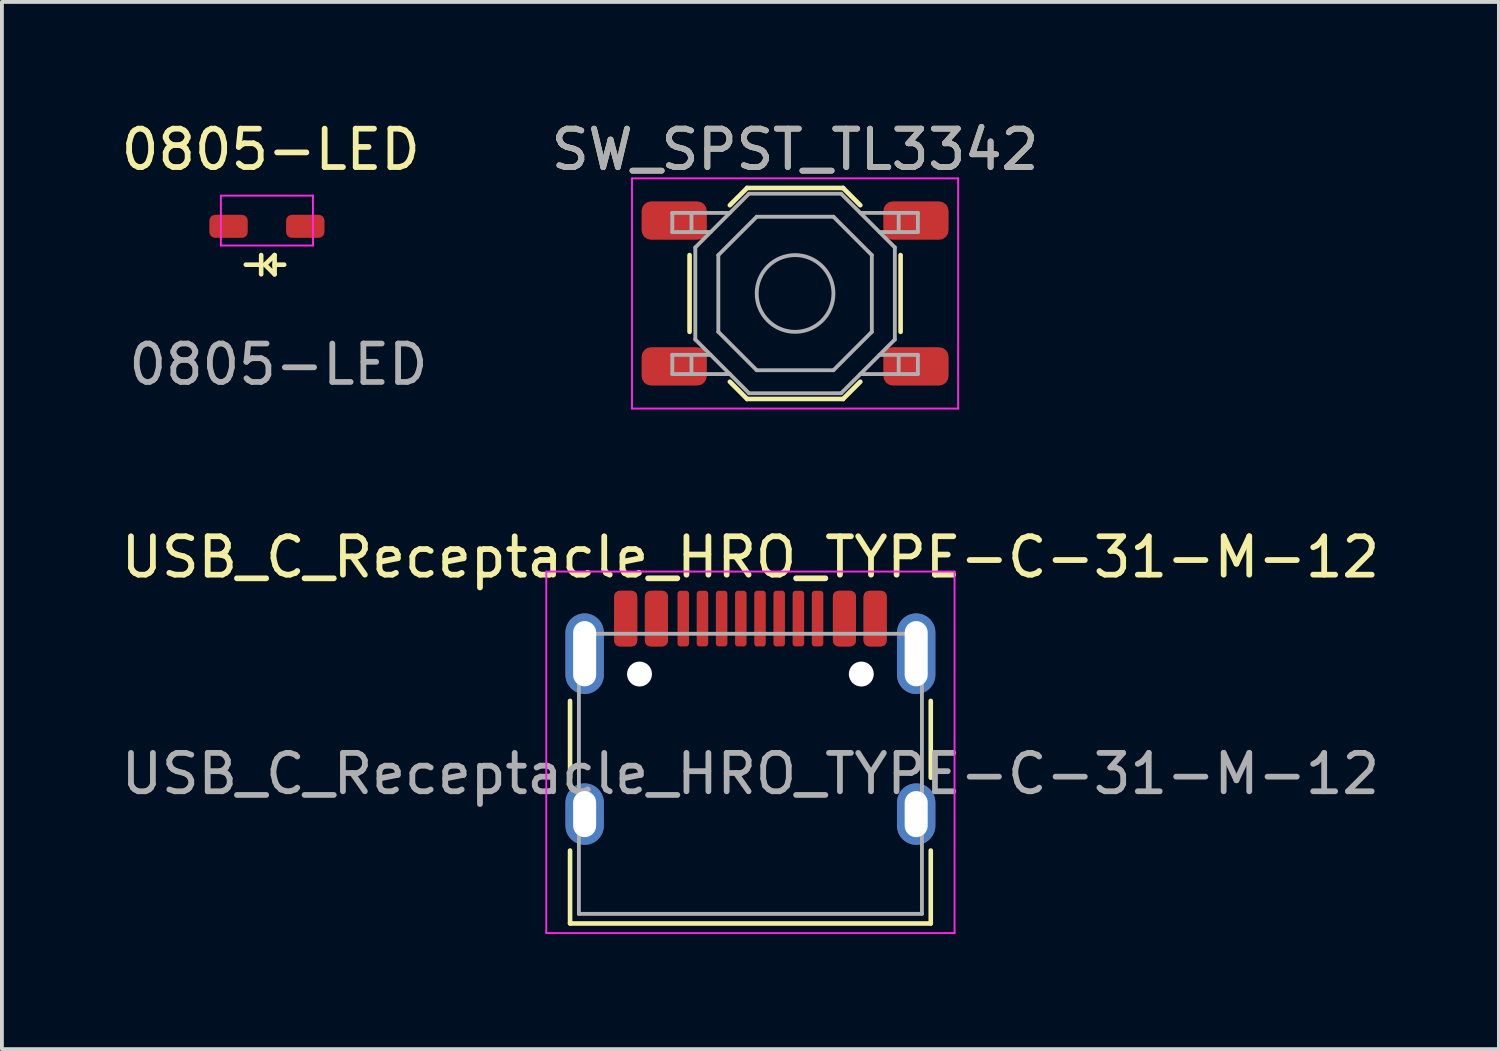
<source format=kicad_pcb>
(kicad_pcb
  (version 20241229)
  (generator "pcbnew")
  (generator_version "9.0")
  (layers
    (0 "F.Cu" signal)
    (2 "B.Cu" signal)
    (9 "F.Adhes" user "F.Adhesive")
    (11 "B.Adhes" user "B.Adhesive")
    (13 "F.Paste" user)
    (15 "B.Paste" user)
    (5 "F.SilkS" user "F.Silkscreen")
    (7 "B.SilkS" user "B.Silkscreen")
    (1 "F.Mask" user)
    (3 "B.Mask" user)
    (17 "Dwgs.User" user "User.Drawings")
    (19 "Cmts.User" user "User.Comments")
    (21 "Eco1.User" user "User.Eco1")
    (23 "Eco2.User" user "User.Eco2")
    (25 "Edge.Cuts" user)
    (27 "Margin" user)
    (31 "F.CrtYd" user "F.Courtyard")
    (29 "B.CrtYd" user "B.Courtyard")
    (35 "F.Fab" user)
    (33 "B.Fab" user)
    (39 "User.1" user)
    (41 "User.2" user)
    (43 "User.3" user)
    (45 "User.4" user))
  (footprint "SW_SPST_TL3342"
    (layer "F.Cu")
    (at 17.67 4.598)
    (property "Reference" "SW_SPST_TL3342" (at 0 -3.75 0) (layer "F.SilkS") (effects (font (size 1 1) (thickness 0.15))))
    (attr smd)
    (fp_line (start -2.75 -1) (end -2.75 1) (stroke (width 0.12) (type solid)) (layer "F.SilkS"))
    (fp_line (start -1.7 -2.3) (end -1.25 -2.75) (stroke (width 0.12) (type solid)) (layer "F.SilkS"))
    (fp_line (start -1.7 2.3) (end -1.25 2.75) (stroke (width 0.12) (type solid)) (layer "F.SilkS"))
    (fp_line (start -1.25 -2.75) (end 1.25 -2.75) (stroke (width 0.12) (type solid)) (layer "F.SilkS"))
    (fp_line (start -1.25 2.75) (end 1.25 2.75) (stroke (width 0.12) (type solid)) (layer "F.SilkS"))
    (fp_line (start 1.7 -2.3) (end 1.25 -2.75) (stroke (width 0.12) (type solid)) (layer "F.SilkS"))
    (fp_line (start 1.7 2.3) (end 1.25 2.75) (stroke (width 0.12) (type solid)) (layer "F.SilkS"))
    (fp_line (start 2.75 -1) (end 2.75 1) (stroke (width 0.12) (type solid)) (layer "F.SilkS"))
    (fp_line (start -4.25 -3) (end 4.25 -3) (stroke (width 0.05) (type solid)) (layer "F.CrtYd"))
    (fp_line (start -4.25 3) (end -4.25 -3) (stroke (width 0.05) (type solid)) (layer "F.CrtYd"))
    (fp_line (start 4.25 -3) (end 4.25 3) (stroke (width 0.05) (type solid)) (layer "F.CrtYd"))
    (fp_line (start 4.25 3) (end -4.25 3) (stroke (width 0.05) (type solid)) (layer "F.CrtYd"))
    (fp_line (start -3.2 -2.1) (end -3.2 -1.6) (stroke (width 0.1) (type solid)) (layer "F.Fab"))
    (fp_line (start -3.2 -1.6) (end -2.2 -1.6) (stroke (width 0.1) (type solid)) (layer "F.Fab"))
    (fp_line (start -3.2 1.6) (end -2.2 1.6) (stroke (width 0.1) (type solid)) (layer "F.Fab"))
    (fp_line (start -3.2 2.1) (end -3.2 1.6) (stroke (width 0.1) (type solid)) (layer "F.Fab"))
    (fp_line (start -2.7 -2.1) (end -2.7 -1.6) (stroke (width 0.1) (type solid)) (layer "F.Fab"))
    (fp_line (start -2.7 2.1) (end -2.7 1.6) (stroke (width 0.1) (type solid)) (layer "F.Fab"))
    (fp_line (start -2.6 -1.2) (end -2.6 1.2) (stroke (width 0.1) (type solid)) (layer "F.Fab"))
    (fp_line (start -2.6 1.2) (end -1.2 2.6) (stroke (width 0.1) (type solid)) (layer "F.Fab"))
    (fp_line (start -2 -1) (end -1 -2) (stroke (width 0.1) (type solid)) (layer "F.Fab"))
    (fp_line (start -2 1) (end -2 -1) (stroke (width 0.1) (type solid)) (layer "F.Fab"))
    (fp_line (start -1.7 -2.1) (end -3.2 -2.1) (stroke (width 0.1) (type solid)) (layer "F.Fab"))
    (fp_line (start -1.7 2.1) (end -3.2 2.1) (stroke (width 0.1) (type solid)) (layer "F.Fab"))
    (fp_line (start -1.2 -2.6) (end -2.6 -1.2) (stroke (width 0.1) (type solid)) (layer "F.Fab"))
    (fp_line (start -1.2 2.6) (end 1.2 2.6) (stroke (width 0.1) (type solid)) (layer "F.Fab"))
    (fp_line (start -1 -2) (end 1 -2) (stroke (width 0.1) (type solid)) (layer "F.Fab"))
    (fp_line (start -1 2) (end -2 1) (stroke (width 0.1) (type solid)) (layer "F.Fab"))
    (fp_line (start 1 -2) (end 2 -1) (stroke (width 0.1) (type solid)) (layer "F.Fab"))
    (fp_line (start 1 2) (end -1 2) (stroke (width 0.1) (type solid)) (layer "F.Fab"))
    (fp_line (start 1.2 -2.6) (end -1.2 -2.6) (stroke (width 0.1) (type solid)) (layer "F.Fab"))
    (fp_line (start 1.2 2.6) (end 2.6 1.2) (stroke (width 0.1) (type solid)) (layer "F.Fab"))
    (fp_line (start 1.7 -2.1) (end 3.2 -2.1) (stroke (width 0.1) (type solid)) (layer "F.Fab"))
    (fp_line (start 1.7 2.1) (end 3.2 2.1) (stroke (width 0.1) (type solid)) (layer "F.Fab"))
    (fp_line (start 2 -1) (end 2 1) (stroke (width 0.1) (type solid)) (layer "F.Fab"))
    (fp_line (start 2 1) (end 1 2) (stroke (width 0.1) (type solid)) (layer "F.Fab"))
    (fp_line (start 2.6 -1.2) (end 1.2 -2.6) (stroke (width 0.1) (type solid)) (layer "F.Fab"))
    (fp_line (start 2.6 1.2) (end 2.6 -1.2) (stroke (width 0.1) (type solid)) (layer "F.Fab"))
    (fp_line (start 2.7 -2.1) (end 2.7 -1.6) (stroke (width 0.1) (type solid)) (layer "F.Fab"))
    (fp_line (start 2.7 2.1) (end 2.7 1.6) (stroke (width 0.1) (type solid)) (layer "F.Fab"))
    (fp_line (start 3.2 -2.1) (end 3.2 -1.6) (stroke (width 0.1) (type solid)) (layer "F.Fab"))
    (fp_line (start 3.2 -1.6) (end 2.2 -1.6) (stroke (width 0.1) (type solid)) (layer "F.Fab"))
    (fp_line (start 3.2 1.6) (end 2.2 1.6) (stroke (width 0.1) (type solid)) (layer "F.Fab"))
    (fp_line (start 3.2 2.1) (end 3.2 1.6) (stroke (width 0.1) (type solid)) (layer "F.Fab"))
    (fp_circle (center 0 0) (end 1 0) (stroke (width 0.1) (type solid)) (fill no) (layer "F.Fab"))
    (fp_text user "${REFERENCE}" (at 0 -3.75 0) (layer "F.Fab") (effects (font (size 1 1) (thickness 0.15))))
    (pad "1" smd roundrect (at -3.15 -1.9) (size 1.7 1) (layers "F.Cu" "F.Mask" "F.Paste") (roundrect_rratio 0.25))
    (pad "1" smd roundrect (at 3.15 -1.9) (size 1.7 1) (layers "F.Cu" "F.Mask" "F.Paste") (roundrect_rratio 0.25))
    (pad "2" smd roundrect (at -3.15 1.9) (size 1.7 1) (layers "F.Cu" "F.Mask" "F.Paste") (roundrect_rratio 0.25))
    (pad "2" smd roundrect (at 3.15 1.9) (size 1.7 1) (layers "F.Cu" "F.Mask" "F.Paste") (roundrect_rratio 0.25)))
  (footprint "0805-LED"
    (layer "F.Cu")
    (at 3.906 2.848)
    (property "Reference" "0805-LED" (at 0.1 -2 0) (unlocked yes) (layer "F.SilkS") (effects (font (size 1 1) (thickness 0.15))))
    (attr smd)
    (fp_line (start -0.55 1) (end -0.15 1) (stroke (width 0.12) (type solid)) (layer "F.SilkS"))
    (fp_line (start -0.15 0.75) (end -0.15 1.25) (stroke (width 0.12) (type solid)) (layer "F.SilkS"))
    (fp_line (start -0.05 1) (end 0.2 0.75) (stroke (width 0.12) (type solid)) (layer "F.SilkS"))
    (fp_line (start 0.2 0.75) (end 0.2 1.25) (stroke (width 0.12) (type solid)) (layer "F.SilkS"))
    (fp_line (start 0.2 1) (end 0.45 1) (stroke (width 0.12) (type solid)) (layer "F.SilkS"))
    (fp_line (start 0.2 1.25) (end -0.05 1) (stroke (width 0.12) (type solid)) (layer "F.SilkS"))
    (fp_line (start -1.2 -0.8) (end 1.2 -0.8) (stroke (width 0.05) (type solid)) (layer "F.CrtYd"))
    (fp_line (start -1.2 0.5) (end -1.2 -0.8) (stroke (width 0.05) (type solid)) (layer "F.CrtYd"))
    (fp_line (start 1.2 0.5) (end -1.2 0.5) (stroke (width 0.05) (type solid)) (layer "F.CrtYd"))
    (fp_line (start 1.2 0.5) (end 1.2 -0.8) (stroke (width 0.05) (type solid)) (layer "F.CrtYd"))
    (fp_text user "${REFERENCE}" (at 0.3 3.6 0) (unlocked yes) (layer "F.Fab") (effects (font (size 1 1) (thickness 0.15))))
    (pad "1" smd roundrect (at -1 0) (size 1 0.6) (layers "F.Cu" "F.Mask" "F.Paste") (roundrect_rratio 0.25))
    (pad "2" smd roundrect (at 1 0) (size 1 0.6) (layers "F.Cu" "F.Mask" "F.Paste") (roundrect_rratio 0.25)))
  (footprint "USB_C_Receptacle_HRO_TYPE-C-31-M-12"
    (layer "F.Cu")
    (at 16.506 17.116)
    (property "Reference" "USB_C_Receptacle_HRO_TYPE-C-31-M-12" (at 0 -5.645 0) (layer "F.SilkS") (effects (font (size 1 1) (thickness 0.15))))
    (attr smd)
    (fp_line (start -4.7 -1.9) (end -4.7 0.1) (stroke (width 0.12) (type solid)) (layer "F.SilkS"))
    (fp_line (start -4.7 2) (end -4.7 3.9) (stroke (width 0.12) (type solid)) (layer "F.SilkS"))
    (fp_line (start -4.7 3.9) (end 4.7 3.9) (stroke (width 0.12) (type solid)) (layer "F.SilkS"))
    (fp_line (start 4.7 -1.9) (end 4.7 0.1) (stroke (width 0.12) (type solid)) (layer "F.SilkS"))
    (fp_line (start 4.7 2) (end 4.7 3.9) (stroke (width 0.12) (type solid)) (layer "F.SilkS"))
    (fp_line (start -5.32 -5.27) (end -5.32 4.15) (stroke (width 0.05) (type solid)) (layer "F.CrtYd"))
    (fp_line (start -5.32 -5.27) (end 5.32 -5.27) (stroke (width 0.05) (type solid)) (layer "F.CrtYd"))
    (fp_line (start -5.32 4.15) (end 5.32 4.15) (stroke (width 0.05) (type solid)) (layer "F.CrtYd"))
    (fp_line (start 5.32 -5.27) (end 5.32 4.15) (stroke (width 0.05) (type solid)) (layer "F.CrtYd"))
    (fp_line (start -4.47 -3.65) (end -4.47 3.65) (stroke (width 0.1) (type solid)) (layer "F.Fab"))
    (fp_line (start -4.47 -3.65) (end 4.47 -3.65) (stroke (width 0.1) (type solid)) (layer "F.Fab"))
    (fp_line (start -4.47 3.65) (end 4.47 3.65) (stroke (width 0.1) (type solid)) (layer "F.Fab"))
    (fp_line (start 4.47 -3.65) (end 4.47 3.65) (stroke (width 0.1) (type solid)) (layer "F.Fab"))
    (fp_text user "${REFERENCE}" (at 0 0 0) (layer "F.Fab") (effects (font (size 1 1) (thickness 0.15))))
    (pad "" np_thru_hole circle (at -2.89 -2.6) (size 0.65 0.65) (drill 0.65) (layers "*.Cu" "*.Mask"))
    (pad "" np_thru_hole circle (at 2.89 -2.6) (size 0.65 0.65) (drill 0.65) (layers "*.Cu" "*.Mask"))
    (pad "A1" smd roundrect (at -3.25 -4.045) (size 0.6 1.45) (layers "F.Cu" "F.Mask" "F.Paste") (roundrect_rratio 0.25))
    (pad "A4" smd roundrect (at -2.45 -4.045) (size 0.6 1.45) (layers "F.Cu" "F.Mask" "F.Paste") (roundrect_rratio 0.25))
    (pad "A5" smd roundrect (at -1.25 -4.045) (size 0.3 1.45) (layers "F.Cu" "F.Mask" "F.Paste") (roundrect_rratio 0.25))
    (pad "A6" smd roundrect (at -0.25 -4.045) (size 0.3 1.45) (layers "F.Cu" "F.Mask" "F.Paste") (roundrect_rratio 0.25))
    (pad "A7" smd roundrect (at 0.25 -4.045) (size 0.3 1.45) (layers "F.Cu" "F.Mask" "F.Paste") (roundrect_rratio 0.25))
    (pad "A8" smd roundrect (at 1.25 -4.045) (size 0.3 1.45) (layers "F.Cu" "F.Mask" "F.Paste") (roundrect_rratio 0.25))
    (pad "A9" smd roundrect (at 2.45 -4.045) (size 0.6 1.45) (layers "F.Cu" "F.Mask" "F.Paste") (roundrect_rratio 0.25))
    (pad "A12" smd roundrect (at 3.25 -4.045) (size 0.6 1.45) (layers "F.Cu" "F.Mask" "F.Paste") (roundrect_rratio 0.25))
    (pad "B1" smd roundrect (at 3.25 -4.045) (size 0.6 1.45) (layers "F.Cu" "F.Mask" "F.Paste") (roundrect_rratio 0.25))
    (pad "B4" smd roundrect (at 2.45 -4.045) (size 0.6 1.45) (layers "F.Cu" "F.Mask" "F.Paste") (roundrect_rratio 0.25))
    (pad "B5" smd roundrect (at 1.75 -4.045) (size 0.3 1.45) (layers "F.Cu" "F.Mask" "F.Paste") (roundrect_rratio 0.25))
    (pad "B6" smd roundrect (at 0.75 -4.045) (size 0.3 1.45) (layers "F.Cu" "F.Mask" "F.Paste") (roundrect_rratio 0.25))
    (pad "B7" smd roundrect (at -0.75 -4.045) (size 0.3 1.45) (layers "F.Cu" "F.Mask" "F.Paste") (roundrect_rratio 0.25))
    (pad "B8" smd roundrect (at -1.75 -4.045) (size 0.3 1.45) (layers "F.Cu" "F.Mask" "F.Paste") (roundrect_rratio 0.25))
    (pad "B9" smd roundrect (at -2.45 -4.045) (size 0.6 1.45) (layers "F.Cu" "F.Mask" "F.Paste") (roundrect_rratio 0.25))
    (pad "B12" smd roundrect (at -3.25 -4.045) (size 0.6 1.45) (layers "F.Cu" "F.Mask" "F.Paste") (roundrect_rratio 0.25))
    (pad "S1" thru_hole oval (at -4.32 -3.13) (size 1 2.1) (drill oval 0.6 1.7) (layers "*.Cu" "*.Mask"))
    (pad "S1" thru_hole oval (at -4.32 1.05) (size 1 1.6) (drill oval 0.6 1.2) (layers "*.Cu" "*.Mask"))
    (pad "S1" thru_hole oval (at 4.32 -3.13) (size 1 2.1) (drill oval 0.6 1.7) (layers "*.Cu" "*.Mask"))
    (pad "S1" thru_hole oval (at 4.32 1.05) (size 1 1.6) (drill oval 0.6 1.2) (layers "*.Cu" "*.Mask")))
  (gr_rect
    (start -3 -3)
    (end 36.012 24.291)
    (stroke (width 0.1) (type default))
    (fill no)
    (layer "Edge.Cuts")))
</source>
